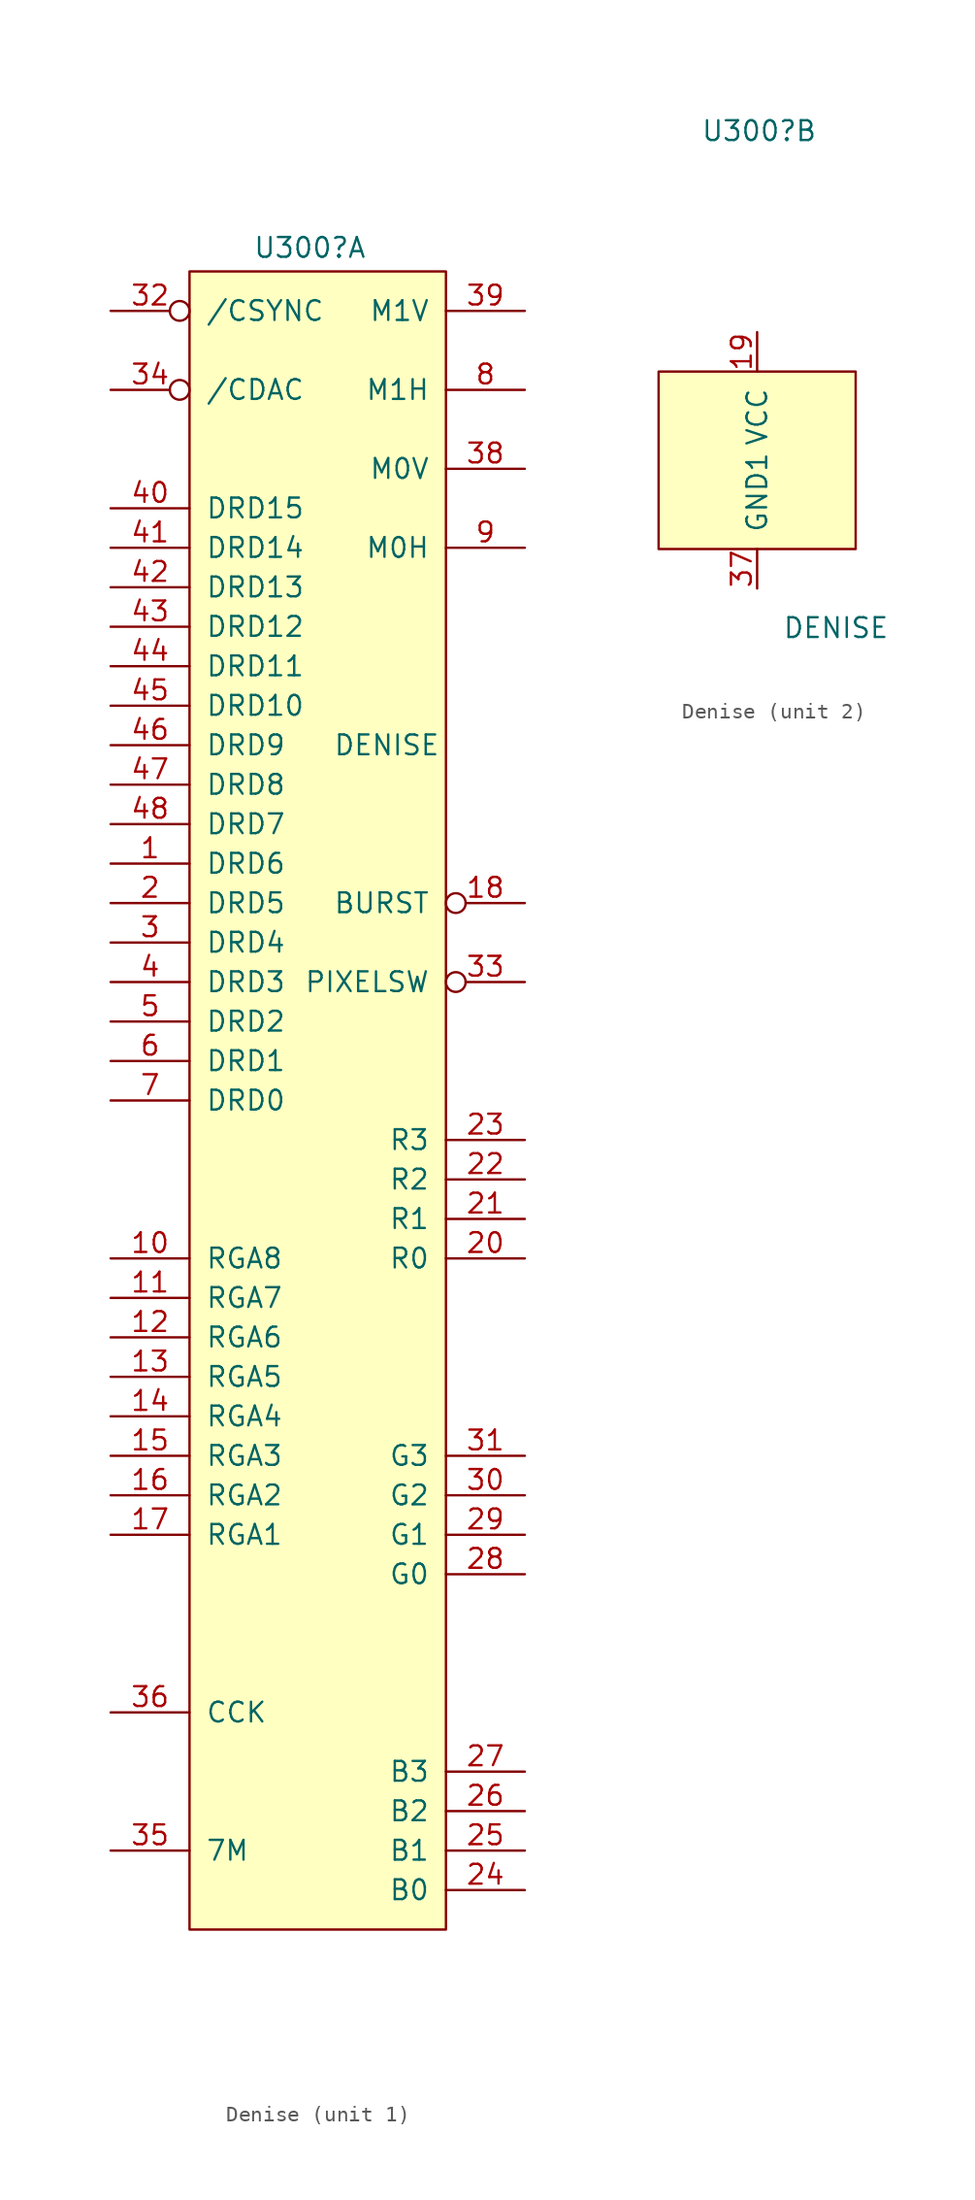
<source format=kicad_sym>
(kicad_symbol_lib
  (version 20220914)
  (generator kicad_symbol_editor)
  (symbol "Denise"
    (pin_names
      (offset 1.016))
    (property "Reference" "U300"
      (at 0.127 21.844 0)
      (effects (font (size 1.27 1.27))))
    (property "Value" "DENISE"
      (at 5.08 -10.16 0)
      (effects (font (size 1.27 1.27))))
    (property "ki_locked" ""
      (at 0 0 0)
      (effects (font (size 1.27 1.27))))
    (symbol "Denise_1_1"
      (rectangle (start -7.62 20.32) (end 8.89 -86.36) (stroke (width 0) (type solid)) (fill (type background)))
      (pin bidirectional line (at -12.7 -17.78 0) (length 5.08) (name "DRD6" (effects (font (size 1.27 1.27)))) (number "1" (effects (font (size 1.27 1.27)))))
      (pin input line (at -12.7 -43.18 0) (length 5.08) (name "RGA8" (effects (font (size 1.27 1.27)))) (number "10" (effects (font (size 1.27 1.27)))))
      (pin input line (at -12.7 -45.72 0) (length 5.08) (name "RGA7" (effects (font (size 1.27 1.27)))) (number "11" (effects (font (size 1.27 1.27)))))
      (pin input line (at -12.7 -48.26 0) (length 5.08) (name "RGA6" (effects (font (size 1.27 1.27)))) (number "12" (effects (font (size 1.27 1.27)))))
      (pin input line (at -12.7 -50.8 0) (length 5.08) (name "RGA5" (effects (font (size 1.27 1.27)))) (number "13" (effects (font (size 1.27 1.27)))))
      (pin input line (at -12.7 -53.34 0) (length 5.08) (name "RGA4" (effects (font (size 1.27 1.27)))) (number "14" (effects (font (size 1.27 1.27)))))
      (pin input line (at -12.7 -55.88 0) (length 5.08) (name "RGA3" (effects (font (size 1.27 1.27)))) (number "15" (effects (font (size 1.27 1.27)))))
      (pin input line (at -12.7 -58.42 0) (length 5.08) (name "RGA2" (effects (font (size 1.27 1.27)))) (number "16" (effects (font (size 1.27 1.27)))))
      (pin input line (at -12.7 -60.96 0) (length 5.08) (name "RGA1" (effects (font (size 1.27 1.27)))) (number "17" (effects (font (size 1.27 1.27)))))
      (pin output inverted (at 13.97 -20.32 180) (length 5.08) (name "BURST" (effects (font (size 1.27 1.27)))) (number "18" (effects (font (size 1.27 1.27)))))
      (pin bidirectional line (at -12.7 -20.32 0) (length 5.08) (name "DRD5" (effects (font (size 1.27 1.27)))) (number "2" (effects (font (size 1.27 1.27)))))
      (pin output line (at 13.97 -43.18 180) (length 5.08) (name "R0" (effects (font (size 1.27 1.27)))) (number "20" (effects (font (size 1.27 1.27)))))
      (pin output line (at 13.97 -40.64 180) (length 5.08) (name "R1" (effects (font (size 1.27 1.27)))) (number "21" (effects (font (size 1.27 1.27)))))
      (pin output line (at 13.97 -38.1 180) (length 5.08) (name "R2" (effects (font (size 1.27 1.27)))) (number "22" (effects (font (size 1.27 1.27)))))
      (pin output line (at 13.97 -35.56 180) (length 5.08) (name "R3" (effects (font (size 1.27 1.27)))) (number "23" (effects (font (size 1.27 1.27)))))
      (pin output line (at 13.97 -83.82 180) (length 5.08) (name "B0" (effects (font (size 1.27 1.27)))) (number "24" (effects (font (size 1.27 1.27)))))
      (pin output line (at 13.97 -81.28 180) (length 5.08) (name "B1" (effects (font (size 1.27 1.27)))) (number "25" (effects (font (size 1.27 1.27)))))
      (pin output line (at 13.97 -78.74 180) (length 5.08) (name "B2" (effects (font (size 1.27 1.27)))) (number "26" (effects (font (size 1.27 1.27)))))
      (pin output line (at 13.97 -76.2 180) (length 5.08) (name "B3" (effects (font (size 1.27 1.27)))) (number "27" (effects (font (size 1.27 1.27)))))
      (pin output line (at 13.97 -63.5 180) (length 5.08) (name "G0" (effects (font (size 1.27 1.27)))) (number "28" (effects (font (size 1.27 1.27)))))
      (pin output line (at 13.97 -60.96 180) (length 5.08) (name "G1" (effects (font (size 1.27 1.27)))) (number "29" (effects (font (size 1.27 1.27)))))
      (pin bidirectional line (at -12.7 -22.86 0) (length 5.08) (name "DRD4" (effects (font (size 1.27 1.27)))) (number "3" (effects (font (size 1.27 1.27)))))
      (pin output line (at 13.97 -58.42 180) (length 5.08) (name "G2" (effects (font (size 1.27 1.27)))) (number "30" (effects (font (size 1.27 1.27)))))
      (pin output line (at 13.97 -55.88 180) (length 5.08) (name "G3" (effects (font (size 1.27 1.27)))) (number "31" (effects (font (size 1.27 1.27)))))
      (pin input inverted (at -12.7 17.78 0) (length 5.08) (name "/CSYNC" (effects (font (size 1.27 1.27)))) (number "32" (effects (font (size 1.27 1.27)))))
      (pin output inverted (at 13.97 -25.4 180) (length 5.08) (name "PIXELSW" (effects (font (size 1.27 1.27)))) (number "33" (effects (font (size 1.27 1.27)))))
      (pin input inverted (at -12.7 12.7 0) (length 5.08) (name "/CDAC" (effects (font (size 1.27 1.27)))) (number "34" (effects (font (size 1.27 1.27)))))
      (pin input line (at -12.7 -81.28 0) (length 5.08) (name "7M" (effects (font (size 1.27 1.27)))) (number "35" (effects (font (size 1.27 1.27)))))
      (pin input line (at -12.7 -72.39 0) (length 5.08) (name "CCK" (effects (font (size 1.27 1.27)))) (number "36" (effects (font (size 1.27 1.27)))))
      (pin input line (at 13.97 7.62 180) (length 5.08) (name "M0V" (effects (font (size 1.27 1.27)))) (number "38" (effects (font (size 1.27 1.27)))))
      (pin input line (at 13.97 17.78 180) (length 5.08) (name "M1V" (effects (font (size 1.27 1.27)))) (number "39" (effects (font (size 1.27 1.27)))))
      (pin bidirectional line (at -12.7 -25.4 0) (length 5.08) (name "DRD3" (effects (font (size 1.27 1.27)))) (number "4" (effects (font (size 1.27 1.27)))))
      (pin bidirectional line (at -12.7 5.08 0) (length 5.08) (name "DRD15" (effects (font (size 1.27 1.27)))) (number "40" (effects (font (size 1.27 1.27)))))
      (pin bidirectional line (at -12.7 2.54 0) (length 5.08) (name "DRD14" (effects (font (size 1.27 1.27)))) (number "41" (effects (font (size 1.27 1.27)))))
      (pin bidirectional line (at -12.7 0 0) (length 5.08) (name "DRD13" (effects (font (size 1.27 1.27)))) (number "42" (effects (font (size 1.27 1.27)))))
      (pin bidirectional line (at -12.7 -2.54 0) (length 5.08) (name "DRD12" (effects (font (size 1.27 1.27)))) (number "43" (effects (font (size 1.27 1.27)))))
      (pin bidirectional line (at -12.7 -5.08 0) (length 5.08) (name "DRD11" (effects (font (size 1.27 1.27)))) (number "44" (effects (font (size 1.27 1.27)))))
      (pin bidirectional line (at -12.7 -7.62 0) (length 5.08) (name "DRD10" (effects (font (size 1.27 1.27)))) (number "45" (effects (font (size 1.27 1.27)))))
      (pin bidirectional line (at -12.7 -10.16 0) (length 5.08) (name "DRD9" (effects (font (size 1.27 1.27)))) (number "46" (effects (font (size 1.27 1.27)))))
      (pin bidirectional line (at -12.7 -12.7 0) (length 5.08) (name "DRD8" (effects (font (size 1.27 1.27)))) (number "47" (effects (font (size 1.27 1.27)))))
      (pin bidirectional line (at -12.7 -15.24 0) (length 5.08) (name "DRD7" (effects (font (size 1.27 1.27)))) (number "48" (effects (font (size 1.27 1.27)))))
      (pin bidirectional line (at -12.7 -27.94 0) (length 5.08) (name "DRD2" (effects (font (size 1.27 1.27)))) (number "5" (effects (font (size 1.27 1.27)))))
      (pin bidirectional line (at -12.7 -30.48 0) (length 5.08) (name "DRD1" (effects (font (size 1.27 1.27)))) (number "6" (effects (font (size 1.27 1.27)))))
      (pin bidirectional line (at -12.7 -33.02 0) (length 5.08) (name "DRD0" (effects (font (size 1.27 1.27)))) (number "7" (effects (font (size 1.27 1.27)))))
      (pin input line (at 13.97 12.7 180) (length 5.08) (name "M1H" (effects (font (size 1.27 1.27)))) (number "8" (effects (font (size 1.27 1.27)))))
      (pin input line (at 13.97 2.54 180) (length 5.08) (name "M0H" (effects (font (size 1.27 1.27)))) (number "9" (effects (font (size 1.27 1.27))))))
    (symbol "Denise_2_1"
      (rectangle (start -6.35 6.35) (end 6.35 -5.08) (stroke (width 0) (type solid)) (fill (type background)))
      (pin power_in line (at 0 8.89 270) (length 2.54) (name "VCC" (effects (font (size 1.27 1.27)))) (number "19" (effects (font (size 1.27 1.27)))))
      (pin power_in line (at 0 -7.62 90) (length 2.54) (name "GND1" (effects (font (size 1.27 1.27)))) (number "37" (effects (font (size 1.27 1.27))))))))
</source>
